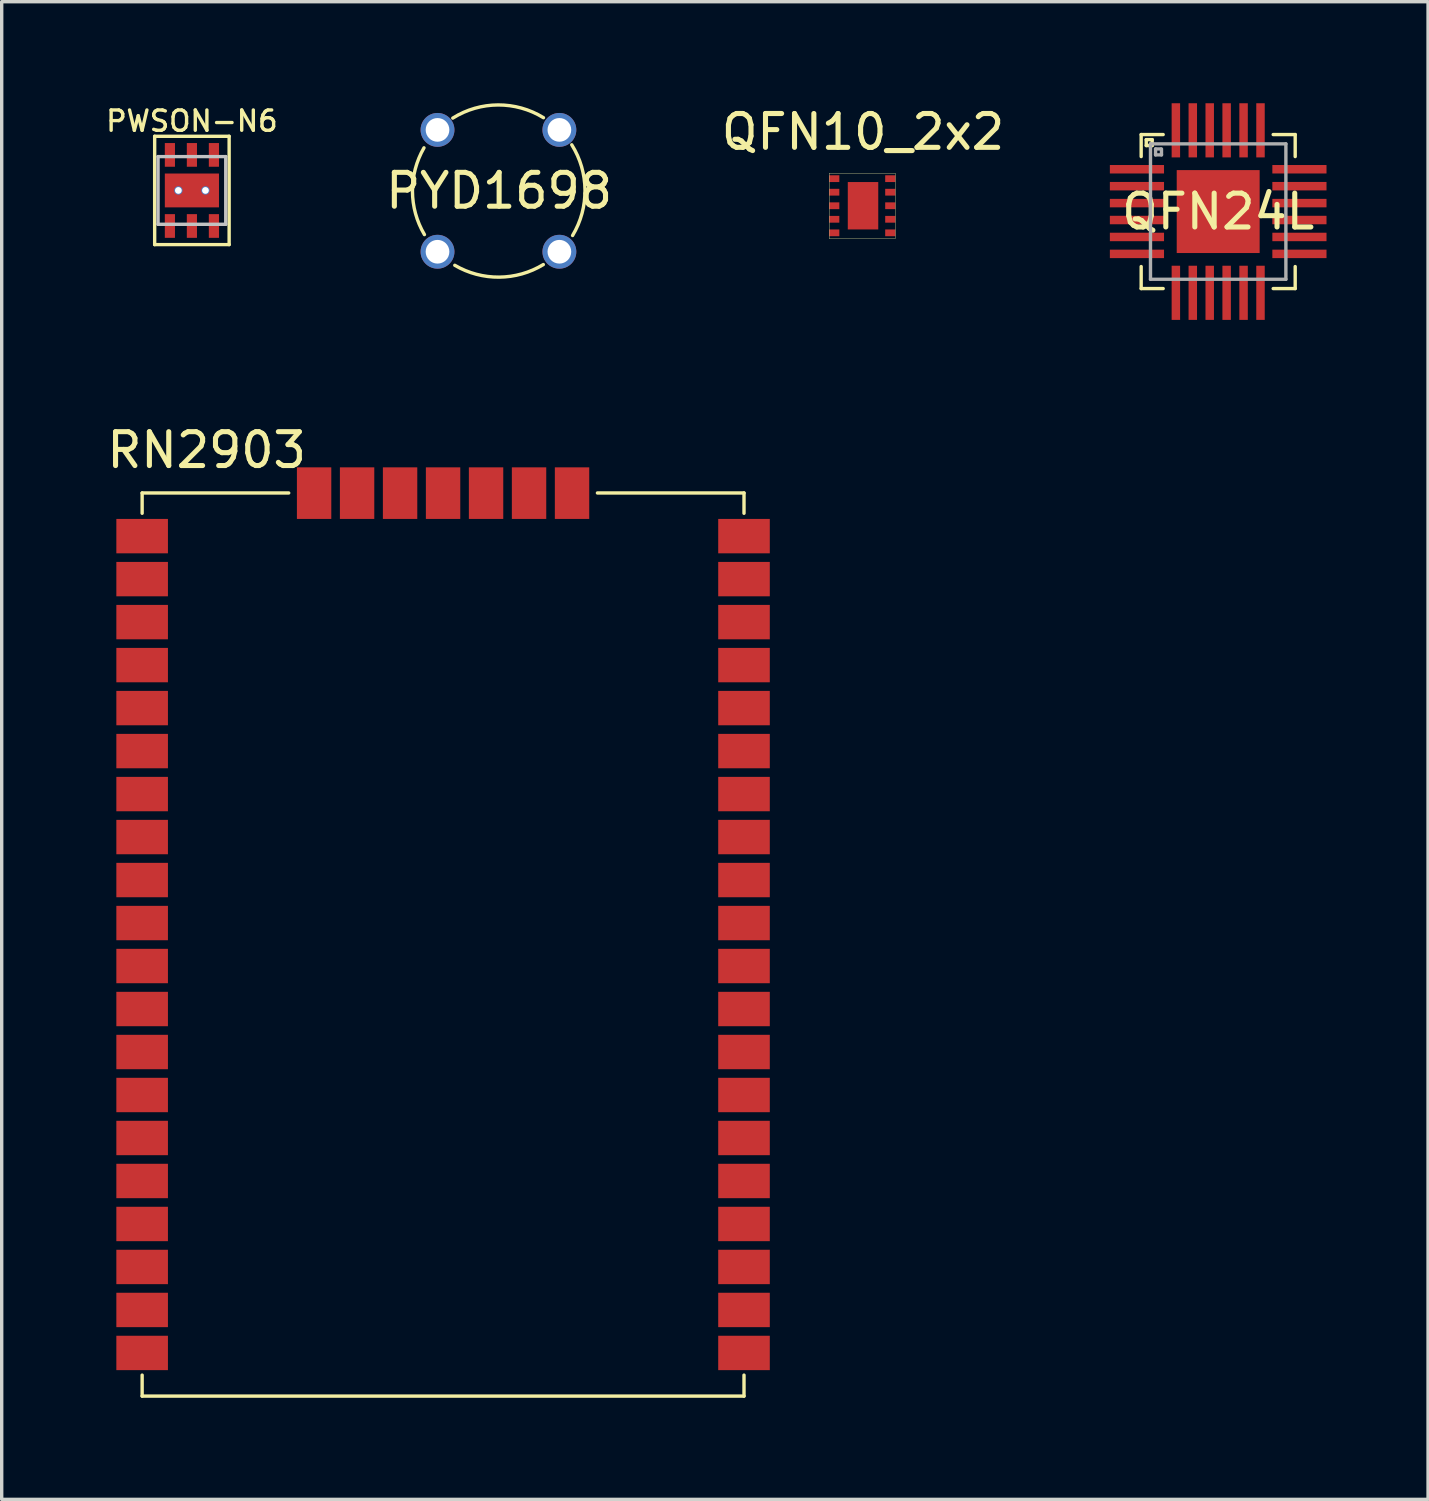
<source format=kicad_pcb>
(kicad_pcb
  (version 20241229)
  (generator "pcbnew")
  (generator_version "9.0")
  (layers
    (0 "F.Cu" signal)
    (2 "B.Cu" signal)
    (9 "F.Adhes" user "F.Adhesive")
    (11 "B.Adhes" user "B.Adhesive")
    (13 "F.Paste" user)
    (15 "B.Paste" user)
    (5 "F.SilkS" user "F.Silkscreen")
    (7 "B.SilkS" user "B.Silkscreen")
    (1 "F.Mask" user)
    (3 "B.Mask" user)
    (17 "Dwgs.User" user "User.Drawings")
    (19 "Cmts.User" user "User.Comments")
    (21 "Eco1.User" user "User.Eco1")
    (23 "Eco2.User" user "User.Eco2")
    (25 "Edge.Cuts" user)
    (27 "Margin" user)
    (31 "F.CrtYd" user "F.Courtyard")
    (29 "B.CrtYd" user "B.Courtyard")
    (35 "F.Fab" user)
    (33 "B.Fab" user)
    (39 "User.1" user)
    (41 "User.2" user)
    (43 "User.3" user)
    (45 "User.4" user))
  (footprint "PYD1698"
    (layer "F.Cu")
    (at 11.675 2.587)
    (property "Reference" "PYD1698" (at 0.02 0 0) (layer "F.SilkS") (effects (font (size 1 1) (thickness 0.15))))
    (attr through_hole)
    (fp_arc (start -2.18643 1.293223) (mid -2.540221 0.013449) (end -2.2 -1.27) (stroke (width 0.1) (type solid)) (layer "F.SilkS"))
    (fp_arc (start -1.3489 -2.148248) (mid -0.011128 -2.536607) (end 1.33 -2.16) (stroke (width 0.1) (type solid)) (layer "F.SilkS"))
    (fp_arc (start 1.325476 2.17881) (mid 0.020661 2.55023) (end -1.29 2.2) (stroke (width 0.1) (type solid)) (layer "F.SilkS"))
    (fp_arc (start 2.165635 -1.359605) (mid 2.556944 -0.02325) (end 2.19 1.32) (stroke (width 0.1) (type solid)) (layer "F.SilkS"))
    (pad "1" thru_hole circle (at -1.8 1.8) (size 1 1) (drill 0.7) (layers "*.Cu" "*.Mask"))
    (pad "2" thru_hole circle (at 1.8 1.8) (size 1 1) (drill 0.7) (layers "*.Cu" "*.Mask"))
    (pad "3" thru_hole circle (at 1.8 -1.8) (size 1 1) (drill 0.7) (layers "*.Cu" "*.Mask"))
    (pad "4" thru_hole circle (at -1.8 -1.8) (size 1 1) (drill 0.7) (layers "*.Cu" "*.Mask")))
  (footprint "PWSON-N6"
    (layer "F.Cu")
    (at 2.619 2.576)
    (property "Reference" "PWSON-N6" (at 0 -2.05 0) (layer "F.SilkS") (effects (font (size 0.6 0.6) (thickness 0.1))))
    (attr through_hole)
    (fp_line (start -1.1 -1.6) (end 1.1 -1.6) (stroke (width 0.1) (type solid)) (layer "F.SilkS"))
    (fp_line (start -1.1 1.6) (end -1.1 -1.6) (stroke (width 0.1) (type solid)) (layer "F.SilkS"))
    (fp_line (start -1.1 1.6) (end 1.1 1.6) (stroke (width 0.1) (type solid)) (layer "F.SilkS"))
    (fp_line (start 1.1 1.6) (end 1.1 -1.6) (stroke (width 0.1) (type solid)) (layer "F.SilkS"))
    (fp_line (start -1 -1) (end 1 -1) (stroke (width 0.1) (type solid)) (layer "Dwgs.User"))
    (fp_line (start -1 1) (end -1 -1) (stroke (width 0.1) (type solid)) (layer "Dwgs.User"))
    (fp_line (start 1 -1) (end 1 1) (stroke (width 0.1) (type solid)) (layer "Dwgs.User"))
    (fp_line (start 1 1) (end -1 1) (stroke (width 0.1) (type solid)) (layer "Dwgs.User"))
    (pad "1" smd rect (at -0.65 1.05) (size 0.3 0.7) (layers "F.Cu" "F.Mask" "F.Paste"))
    (pad "2" smd rect (at 0 1.05) (size 0.3 0.7) (layers "F.Cu" "F.Mask" "F.Paste"))
    (pad "3" smd rect (at 0.65 1.05) (size 0.3 0.7) (layers "F.Cu" "F.Mask" "F.Paste"))
    (pad "4" smd rect (at 0.65 -1.05) (size 0.3 0.7) (layers "F.Cu" "F.Mask" "F.Paste"))
    (pad "5" smd rect (at 0 -1.05) (size 0.3 0.7) (layers "F.Cu" "F.Mask" "F.Paste"))
    (pad "6" smd rect (at -0.65 -1.05) (size 0.3 0.7) (layers "F.Cu" "F.Mask" "F.Paste"))
    (pad "7" thru_hole circle (at -0.4 0) (size 0.25 0.25) (drill 0.2) (layers "*.Cu" "*.Mask"))
    (pad "7" smd rect (at 0 0) (size 1.6 1) (layers "F.Cu" "F.Mask" "F.Paste"))
    (pad "7" thru_hole circle (at 0.4 0) (size 0.25 0.25) (drill 0.2) (layers "*.Cu" "*.Mask")))
  (footprint "QFN24L"
    (layer "F.Cu")
    (at 32.937 3.2)
    (property "Reference" "QFN24L" (at 0 0 0) (layer "F.SilkS") (effects (font (size 1 1) (thickness 0.15))))
    (attr through_hole)
    (fp_line (start -2.275 -2.275) (end -2.275 -1.625) (stroke (width 0.1) (type solid)) (layer "F.SilkS"))
    (fp_line (start -2.275 1.625) (end -2.275 2.275) (stroke (width 0.1) (type solid)) (layer "F.SilkS"))
    (fp_line (start -2.275 2.275) (end -1.625 2.275) (stroke (width 0.1) (type solid)) (layer "F.SilkS"))
    (fp_line (start -2.125 -2.125) (end -1.95 -2.125) (stroke (width 0.1) (type solid)) (layer "F.SilkS"))
    (fp_line (start -2.125 -1.95) (end -2.125 -2.125) (stroke (width 0.1) (type solid)) (layer "F.SilkS"))
    (fp_line (start -1.95 -2.125) (end -1.95 -1.95) (stroke (width 0.1) (type solid)) (layer "F.SilkS"))
    (fp_line (start -1.95 -1.95) (end -2.125 -1.95) (stroke (width 0.1) (type solid)) (layer "F.SilkS"))
    (fp_line (start -1.625 -2.275) (end -2.275 -2.275) (stroke (width 0.1) (type solid)) (layer "F.SilkS"))
    (fp_line (start 1.625 -2.275) (end 2.275 -2.275) (stroke (width 0.1) (type solid)) (layer "F.SilkS"))
    (fp_line (start 2.275 -2.275) (end 2.275 -1.625) (stroke (width 0.1) (type solid)) (layer "F.SilkS"))
    (fp_line (start 2.275 1.625) (end 2.275 2.275) (stroke (width 0.1) (type solid)) (layer "F.SilkS"))
    (fp_line (start 2.275 2.275) (end 1.625 2.275) (stroke (width 0.1) (type solid)) (layer "F.SilkS"))
    (fp_line (start -2 2) (end -2 -2) (stroke (width 0.1) (type solid)) (layer "F.Fab"))
    (fp_line (start -1.85 -1.675) (end -1.85 -1.85) (stroke (width 0.1) (type solid)) (layer "F.Fab"))
    (fp_line (start -1.7 -1.85) (end -1.85 -1.85) (stroke (width 0.1) (type solid)) (layer "F.Fab"))
    (fp_line (start -1.675 -1.85) (end -1.675 -1.675) (stroke (width 0.1) (type solid)) (layer "F.Fab"))
    (fp_line (start -1.675 -1.675) (end -1.85 -1.675) (stroke (width 0.1) (type solid)) (layer "F.Fab"))
    (fp_line (start 2 -2) (end -2 -2) (stroke (width 0.1) (type solid)) (layer "F.Fab"))
    (fp_line (start 2 -2) (end 2 2) (stroke (width 0.1) (type solid)) (layer "F.Fab"))
    (fp_line (start 2 2) (end -2 2) (stroke (width 0.1) (type solid)) (layer "F.Fab"))
    (pad "1" smd rect (at -2.4 -1.25) (size 1.6 0.25) (layers "F.Cu" "F.Mask" "F.Paste"))
    (pad "1" smd rect (at 0 0) (size 2.45 2.45) (layers "F.Cu" "F.Mask" "F.Paste"))
    (pad "2" smd rect (at -2.4 -0.75) (size 1.6 0.25) (layers "F.Cu" "F.Mask" "F.Paste"))
    (pad "3" smd rect (at -2.4 -0.25) (size 1.6 0.25) (layers "F.Cu" "F.Mask" "F.Paste"))
    (pad "4" smd rect (at -2.4 0.25) (size 1.6 0.25) (layers "F.Cu" "F.Mask" "F.Paste"))
    (pad "5" smd rect (at -2.4 0.75) (size 1.6 0.25) (layers "F.Cu" "F.Mask" "F.Paste"))
    (pad "6" smd rect (at -2.4 1.25) (size 1.6 0.25) (layers "F.Cu" "F.Mask" "F.Paste"))
    (pad "7" smd rect (at -1.25 2.4 90) (size 1.6 0.25) (layers "F.Cu" "F.Mask" "F.Paste"))
    (pad "8" smd rect (at -0.75 2.4 90) (size 1.6 0.25) (layers "F.Cu" "F.Mask" "F.Paste"))
    (pad "9" smd rect (at -0.25 2.4 90) (size 1.6 0.25) (layers "F.Cu" "F.Mask" "F.Paste"))
    (pad "10" smd rect (at 0.25 2.4 90) (size 1.6 0.25) (layers "F.Cu" "F.Mask" "F.Paste"))
    (pad "11" smd rect (at 0.75 2.4 90) (size 1.6 0.25) (layers "F.Cu" "F.Mask" "F.Paste"))
    (pad "12" smd rect (at 1.25 2.4 90) (size 1.6 0.25) (layers "F.Cu" "F.Mask" "F.Paste"))
    (pad "13" smd rect (at 2.4 1.25) (size 1.6 0.25) (layers "F.Cu" "F.Mask" "F.Paste"))
    (pad "14" smd rect (at 2.4 0.75) (size 1.6 0.25) (layers "F.Cu" "F.Mask" "F.Paste"))
    (pad "15" smd rect (at 2.4 0.25) (size 1.6 0.25) (layers "F.Cu" "F.Mask" "F.Paste"))
    (pad "16" smd rect (at 2.4 -0.25) (size 1.6 0.25) (layers "F.Cu" "F.Mask" "F.Paste"))
    (pad "17" smd rect (at 2.4 -0.75) (size 1.6 0.25) (layers "F.Cu" "F.Mask" "F.Paste"))
    (pad "18" smd rect (at 2.4 -1.25) (size 1.6 0.25) (layers "F.Cu" "F.Mask" "F.Paste"))
    (pad "19" smd rect (at 1.25 -2.4 90) (size 1.6 0.25) (layers "F.Cu" "F.Mask" "F.Paste"))
    (pad "20" smd rect (at 0.75 -2.4 90) (size 1.6 0.25) (layers "F.Cu" "F.Mask" "F.Paste"))
    (pad "21" smd rect (at 0.25 -2.4 90) (size 1.6 0.25) (layers "F.Cu" "F.Mask" "F.Paste"))
    (pad "22" smd rect (at -0.25 -2.4 90) (size 1.6 0.25) (layers "F.Cu" "F.Mask" "F.Paste"))
    (pad "23" smd rect (at -0.75 -2.4 90) (size 1.6 0.25) (layers "F.Cu" "F.Mask" "F.Paste"))
    (pad "24" smd rect (at -1.25 -2.4 90) (size 1.6 0.25) (layers "F.Cu" "F.Mask" "F.Paste")))
  (footprint "RN2903"
    (layer "F.Cu")
    (at 10.039 24.853)
    (property "Reference" "RN2903" (at -6.985 -14.605 0) (layer "F.SilkS") (effects (font (size 1 1) (thickness 0.15))))
    (attr through_hole)
    (fp_line (start -8.89 -13.34) (end -4.56 -13.34) (stroke (width 0.1) (type solid)) (layer "F.SilkS"))
    (fp_line (start -8.89 -12.74) (end -8.89 -13.34) (stroke (width 0.1) (type solid)) (layer "F.SilkS"))
    (fp_line (start -8.89 13.34) (end -8.89 12.72) (stroke (width 0.1) (type solid)) (layer "F.SilkS"))
    (fp_line (start -8.89 13.34) (end 8.89 13.34) (stroke (width 0.1) (type solid)) (layer "F.SilkS"))
    (fp_line (start 4.56 -13.34) (end 8.89 -13.34) (stroke (width 0.1) (type solid)) (layer "F.SilkS"))
    (fp_line (start 8.89 -12.74) (end 8.89 -13.34) (stroke (width 0.1) (type solid)) (layer "F.SilkS"))
    (fp_line (start 8.89 13.34) (end 8.89 12.72) (stroke (width 0.1) (type solid)) (layer "F.SilkS"))
    (pad "1" smd rect (at 8.89 12.065 180) (size 1.524 1.016) (layers "F.Cu" "F.Mask" "F.Paste"))
    (pad "2" smd rect (at 8.89 10.795 180) (size 1.524 1.016) (layers "F.Cu" "F.Mask" "F.Paste"))
    (pad "3" smd rect (at 8.89 9.525 180) (size 1.524 1.016) (layers "F.Cu" "F.Mask" "F.Paste"))
    (pad "4" smd rect (at 8.89 8.255 180) (size 1.524 1.016) (layers "F.Cu" "F.Mask" "F.Paste"))
    (pad "5" smd rect (at 8.89 6.985 180) (size 1.524 1.016) (layers "F.Cu" "F.Mask" "F.Paste"))
    (pad "6" smd rect (at 8.89 5.715 180) (size 1.524 1.016) (layers "F.Cu" "F.Mask" "F.Paste"))
    (pad "7" smd rect (at 8.89 4.445 180) (size 1.524 1.016) (layers "F.Cu" "F.Mask" "F.Paste"))
    (pad "8" smd rect (at 8.89 3.175 180) (size 1.524 1.016) (layers "F.Cu" "F.Mask" "F.Paste"))
    (pad "9" smd rect (at 8.89 1.905 180) (size 1.524 1.016) (layers "F.Cu" "F.Mask" "F.Paste"))
    (pad "10" smd rect (at 8.89 0.635 180) (size 1.524 1.016) (layers "F.Cu" "F.Mask" "F.Paste"))
    (pad "11" smd rect (at 8.89 -0.635 180) (size 1.524 1.016) (layers "F.Cu" "F.Mask" "F.Paste"))
    (pad "12" smd rect (at 8.89 -1.905 180) (size 1.524 1.016) (layers "F.Cu" "F.Mask" "F.Paste"))
    (pad "13" smd rect (at 8.89 -3.175 180) (size 1.524 1.016) (layers "F.Cu" "F.Mask" "F.Paste"))
    (pad "14" smd rect (at 8.89 -4.445 180) (size 1.524 1.016) (layers "F.Cu" "F.Mask" "F.Paste"))
    (pad "15" smd rect (at 8.89 -5.715 180) (size 1.524 1.016) (layers "F.Cu" "F.Mask" "F.Paste"))
    (pad "16" smd rect (at 8.89 -6.985 180) (size 1.524 1.016) (layers "F.Cu" "F.Mask" "F.Paste"))
    (pad "17" smd rect (at 8.89 -8.255 180) (size 1.524 1.016) (layers "F.Cu" "F.Mask" "F.Paste"))
    (pad "18" smd rect (at 8.89 -9.525 180) (size 1.524 1.016) (layers "F.Cu" "F.Mask" "F.Paste"))
    (pad "19" smd rect (at 8.89 -10.795 180) (size 1.524 1.016) (layers "F.Cu" "F.Mask" "F.Paste"))
    (pad "20" smd rect (at 8.89 -12.065 180) (size 1.524 1.016) (layers "F.Cu" "F.Mask" "F.Paste"))
    (pad "21" smd rect (at 3.81 -13.335 270) (size 1.524 1.016) (layers "F.Cu" "F.Mask" "F.Paste"))
    (pad "22" smd rect (at 2.54 -13.335 270) (size 1.524 1.016) (layers "F.Cu" "F.Mask" "F.Paste"))
    (pad "23" smd rect (at 1.27 -13.335 270) (size 1.524 1.016) (layers "F.Cu" "F.Mask" "F.Paste"))
    (pad "24" smd rect (at 0 -13.335 270) (size 1.524 1.016) (layers "F.Cu" "F.Mask" "F.Paste"))
    (pad "25" smd rect (at -1.27 -13.335 270) (size 1.524 1.016) (layers "F.Cu" "F.Mask" "F.Paste"))
    (pad "26" smd rect (at -2.54 -13.335 270) (size 1.524 1.016) (layers "F.Cu" "F.Mask" "F.Paste"))
    (pad "27" smd rect (at -3.81 -13.335 270) (size 1.524 1.016) (layers "F.Cu" "F.Mask" "F.Paste"))
    (pad "28" smd rect (at -8.89 -12.065 180) (size 1.524 1.016) (layers "F.Cu" "F.Mask" "F.Paste"))
    (pad "29" smd rect (at -8.89 -10.795 180) (size 1.524 1.016) (layers "F.Cu" "F.Mask" "F.Paste"))
    (pad "30" smd rect (at -8.89 -9.525 180) (size 1.524 1.016) (layers "F.Cu" "F.Mask" "F.Paste"))
    (pad "31" smd rect (at -8.89 -8.255 180) (size 1.524 1.016) (layers "F.Cu" "F.Mask" "F.Paste"))
    (pad "32" smd rect (at -8.89 -6.985 180) (size 1.524 1.016) (layers "F.Cu" "F.Mask" "F.Paste"))
    (pad "33" smd rect (at -8.89 -5.715 180) (size 1.524 1.016) (layers "F.Cu" "F.Mask" "F.Paste"))
    (pad "34" smd rect (at -8.89 -4.445 180) (size 1.524 1.016) (layers "F.Cu" "F.Mask" "F.Paste"))
    (pad "35" smd rect (at -8.89 -3.175 180) (size 1.524 1.016) (layers "F.Cu" "F.Mask" "F.Paste"))
    (pad "36" smd rect (at -8.89 -1.905 180) (size 1.524 1.016) (layers "F.Cu" "F.Mask" "F.Paste"))
    (pad "37" smd rect (at -8.89 -0.635 180) (size 1.524 1.016) (layers "F.Cu" "F.Mask" "F.Paste"))
    (pad "38" smd rect (at -8.89 0.635 180) (size 1.524 1.016) (layers "F.Cu" "F.Mask" "F.Paste"))
    (pad "39" smd rect (at -8.89 1.905 180) (size 1.524 1.016) (layers "F.Cu" "F.Mask" "F.Paste"))
    (pad "40" smd rect (at -8.89 3.175 180) (size 1.524 1.016) (layers "F.Cu" "F.Mask" "F.Paste"))
    (pad "41" smd rect (at -8.89 4.445 180) (size 1.524 1.016) (layers "F.Cu" "F.Mask" "F.Paste"))
    (pad "42" smd rect (at -8.89 5.715 180) (size 1.524 1.016) (layers "F.Cu" "F.Mask" "F.Paste"))
    (pad "43" smd rect (at -8.89 6.985 180) (size 1.524 1.016) (layers "F.Cu" "F.Mask" "F.Paste"))
    (pad "44" smd rect (at -8.89 8.255 180) (size 1.524 1.016) (layers "F.Cu" "F.Mask" "F.Paste"))
    (pad "45" smd rect (at -8.89 9.525 180) (size 1.524 1.016) (layers "F.Cu" "F.Mask" "F.Paste"))
    (pad "46" smd rect (at -8.89 10.795 180) (size 1.524 1.016) (layers "F.Cu" "F.Mask" "F.Paste"))
    (pad "47" smd rect (at -8.89 12.065 180) (size 1.524 1.016) (layers "F.Cu" "F.Mask" "F.Paste")))
  (footprint "QFN10_2x2"
    (layer "F.Cu")
    (at 22.445 3.028)
    (property "Reference" "QFN10_2x2" (at 0 -2.18 0) (layer "F.SilkS") (effects (font (size 1 1) (thickness 0.15))))
    (attr through_hole)
    (fp_line (start -1 -0.96) (end -1 0.97) (stroke (width 0.01) (type solid)) (layer "F.SilkS"))
    (fp_line (start -1 -0.96) (end 0.95 -0.96) (stroke (width 0.01) (type solid)) (layer "F.SilkS"))
    (fp_line (start -1 0.97) (end 0.95 0.97) (stroke (width 0.01) (type solid)) (layer "F.SilkS"))
    (fp_line (start 0.95 -0.96) (end 0.95 0.97) (stroke (width 0.01) (type solid)) (layer "F.SilkS"))
    (pad "1" smd rect (at -0.85 -0.8) (size 0.3 0.2) (layers "F.Cu" "F.Mask" "F.Paste"))
    (pad "2" smd rect (at -0.85 -0.4) (size 0.3 0.2) (layers "F.Cu" "F.Mask" "F.Paste"))
    (pad "3" smd rect (at -0.85 0) (size 0.3 0.2) (layers "F.Cu" "F.Mask" "F.Paste"))
    (pad "4" smd rect (at -0.85 0.4) (size 0.3 0.2) (layers "F.Cu" "F.Mask" "F.Paste"))
    (pad "5" smd rect (at -0.85 0.8) (size 0.3 0.2) (layers "F.Cu" "F.Mask" "F.Paste"))
    (pad "6" smd rect (at 0.805 0.8) (size 0.3 0.2) (layers "F.Cu" "F.Mask" "F.Paste"))
    (pad "7" smd rect (at 0.805 0.4) (size 0.3 0.2) (layers "F.Cu" "F.Mask" "F.Paste"))
    (pad "8" smd rect (at 0.805 0) (size 0.3 0.2) (layers "F.Cu" "F.Mask" "F.Paste"))
    (pad "9" smd rect (at 0.805 -0.4) (size 0.3 0.2) (layers "F.Cu" "F.Mask" "F.Paste"))
    (pad "10" smd rect (at 0.805 -0.8) (size 0.3 0.2) (layers "F.Cu" "F.Mask" "F.Paste"))
    (pad "11" smd rect (at 0 0) (size 0.9 1.4) (layers "F.Cu" "F.Mask" "F.Paste")))
  (gr_rect
    (start -3 -3)
    (end 39.137 41.243)
    (stroke (width 0.1) (type default))
    (fill no)
    (layer "Edge.Cuts")))
</source>
